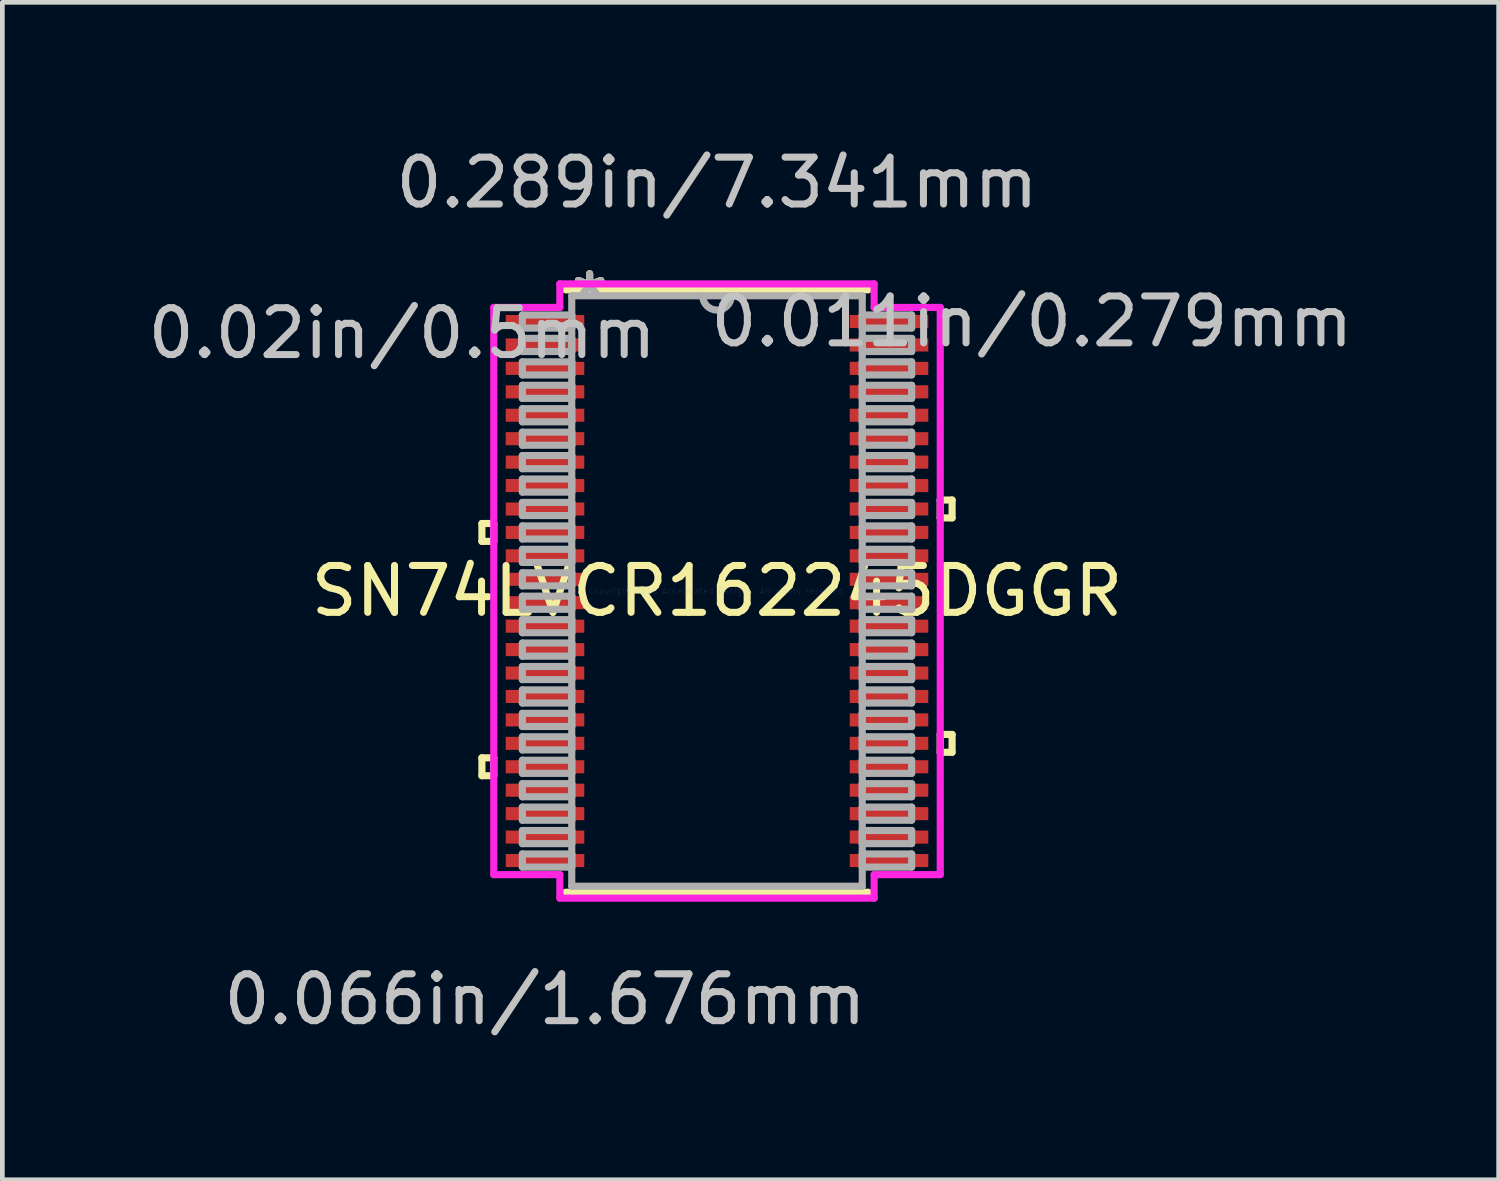
<source format=kicad_pcb>
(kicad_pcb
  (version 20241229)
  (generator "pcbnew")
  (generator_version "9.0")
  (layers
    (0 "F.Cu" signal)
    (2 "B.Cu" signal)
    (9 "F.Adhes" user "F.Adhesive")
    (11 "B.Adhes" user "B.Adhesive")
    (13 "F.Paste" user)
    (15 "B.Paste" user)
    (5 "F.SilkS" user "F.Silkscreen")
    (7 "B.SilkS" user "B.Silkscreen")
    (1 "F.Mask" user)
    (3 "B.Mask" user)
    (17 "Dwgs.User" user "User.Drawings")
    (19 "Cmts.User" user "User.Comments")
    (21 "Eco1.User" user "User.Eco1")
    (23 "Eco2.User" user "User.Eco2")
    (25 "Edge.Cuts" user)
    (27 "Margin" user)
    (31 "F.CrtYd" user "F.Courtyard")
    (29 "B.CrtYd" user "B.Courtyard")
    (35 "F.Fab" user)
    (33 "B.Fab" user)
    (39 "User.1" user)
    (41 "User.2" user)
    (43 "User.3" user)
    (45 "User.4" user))
  (footprint "SN74LVCR162245DGGR"
    (layer "F.Cu")
    (at 12.248 9.56)
    (property "Reference" "SN74LVCR162245DGGR" (at 0 0 0) (layer "F.SilkS") (effects (font (size 1 1) (thickness 0.15))))
    (attr through_hole)
    (fp_line (start -5.016 -1.44) (end -5.016 -1.06) (stroke (width 0.152) (type solid)) (layer "F.SilkS"))
    (fp_line (start -5.016 -1.06) (end -4.763 -1.06) (stroke (width 0.152) (type solid)) (layer "F.SilkS"))
    (fp_line (start -5.016 3.559) (end -5.016 3.941) (stroke (width 0.152) (type solid)) (layer "F.SilkS"))
    (fp_line (start -5.016 3.941) (end -4.763 3.941) (stroke (width 0.152) (type solid)) (layer "F.SilkS"))
    (fp_line (start -4.763 -1.44) (end -5.016 -1.44) (stroke (width 0.152) (type solid)) (layer "F.SilkS"))
    (fp_line (start -4.763 -1.06) (end -4.763 -1.44) (stroke (width 0.152) (type solid)) (layer "F.SilkS"))
    (fp_line (start -4.763 3.559) (end -5.016 3.559) (stroke (width 0.152) (type solid)) (layer "F.SilkS"))
    (fp_line (start -4.763 3.941) (end -4.763 3.559) (stroke (width 0.152) (type solid)) (layer "F.SilkS"))
    (fp_line (start -3.226 6.426) (end 3.226 6.426) (stroke (width 0.152) (type solid)) (layer "F.SilkS"))
    (fp_line (start 3.226 -6.426) (end -3.226 -6.426) (stroke (width 0.152) (type solid)) (layer "F.SilkS"))
    (fp_line (start 4.763 -1.941) (end 5.016 -1.941) (stroke (width 0.152) (type solid)) (layer "F.SilkS"))
    (fp_line (start 4.763 -1.56) (end 4.763 -1.941) (stroke (width 0.152) (type solid)) (layer "F.SilkS"))
    (fp_line (start 4.763 3.06) (end 5.016 3.06) (stroke (width 0.152) (type solid)) (layer "F.SilkS"))
    (fp_line (start 4.763 3.441) (end 4.763 3.06) (stroke (width 0.152) (type solid)) (layer "F.SilkS"))
    (fp_line (start 5.016 -1.941) (end 5.016 -1.56) (stroke (width 0.152) (type solid)) (layer "F.SilkS"))
    (fp_line (start 5.016 -1.56) (end 4.763 -1.56) (stroke (width 0.152) (type solid)) (layer "F.SilkS"))
    (fp_line (start 5.016 3.06) (end 5.016 3.441) (stroke (width 0.152) (type solid)) (layer "F.SilkS"))
    (fp_line (start 5.016 3.441) (end 4.763 3.441) (stroke (width 0.152) (type solid)) (layer "F.SilkS"))
    (fp_line (start -4.763 -6.051) (end -3.353 -6.051) (stroke (width 0.152) (type solid)) (layer "F.CrtYd"))
    (fp_line (start -4.763 6.051) (end -4.763 -6.051) (stroke (width 0.152) (type solid)) (layer "F.CrtYd"))
    (fp_line (start -3.353 -6.553) (end 3.353 -6.553) (stroke (width 0.152) (type solid)) (layer "F.CrtYd"))
    (fp_line (start -3.353 -6.051) (end -3.353 -6.553) (stroke (width 0.152) (type solid)) (layer "F.CrtYd"))
    (fp_line (start -3.353 6.051) (end -4.763 6.051) (stroke (width 0.152) (type solid)) (layer "F.CrtYd"))
    (fp_line (start -3.353 6.553) (end -3.353 6.051) (stroke (width 0.152) (type solid)) (layer "F.CrtYd"))
    (fp_line (start 3.353 -6.553) (end 3.353 -6.051) (stroke (width 0.152) (type solid)) (layer "F.CrtYd"))
    (fp_line (start 3.353 -6.051) (end 4.763 -6.051) (stroke (width 0.152) (type solid)) (layer "F.CrtYd"))
    (fp_line (start 3.353 6.051) (end 3.353 6.553) (stroke (width 0.152) (type solid)) (layer "F.CrtYd"))
    (fp_line (start 3.353 6.553) (end -3.353 6.553) (stroke (width 0.152) (type solid)) (layer "F.CrtYd"))
    (fp_line (start 4.763 -6.051) (end 4.763 6.051) (stroke (width 0.152) (type solid)) (layer "F.CrtYd"))
    (fp_line (start 4.763 6.051) (end 3.353 6.051) (stroke (width 0.152) (type solid)) (layer "F.CrtYd"))
    (fp_line (start -4.153 -5.89) (end -4.153 -5.61) (stroke (width 0.152) (type solid)) (layer "F.Fab"))
    (fp_line (start -4.153 -5.61) (end -3.099 -5.61) (stroke (width 0.152) (type solid)) (layer "F.Fab"))
    (fp_line (start -4.153 -5.39) (end -4.153 -5.11) (stroke (width 0.152) (type solid)) (layer "F.Fab"))
    (fp_line (start -4.153 -5.11) (end -3.099 -5.11) (stroke (width 0.152) (type solid)) (layer "F.Fab"))
    (fp_line (start -4.153 -4.89) (end -4.153 -4.61) (stroke (width 0.152) (type solid)) (layer "F.Fab"))
    (fp_line (start -4.153 -4.61) (end -3.099 -4.61) (stroke (width 0.152) (type solid)) (layer "F.Fab"))
    (fp_line (start -4.153 -4.39) (end -4.153 -4.11) (stroke (width 0.152) (type solid)) (layer "F.Fab"))
    (fp_line (start -4.153 -4.11) (end -3.099 -4.11) (stroke (width 0.152) (type solid)) (layer "F.Fab"))
    (fp_line (start -4.153 -3.89) (end -4.153 -3.61) (stroke (width 0.152) (type solid)) (layer "F.Fab"))
    (fp_line (start -4.153 -3.61) (end -3.099 -3.61) (stroke (width 0.152) (type solid)) (layer "F.Fab"))
    (fp_line (start -4.153 -3.39) (end -4.153 -3.11) (stroke (width 0.152) (type solid)) (layer "F.Fab"))
    (fp_line (start -4.153 -3.11) (end -3.099 -3.11) (stroke (width 0.152) (type solid)) (layer "F.Fab"))
    (fp_line (start -4.153 -2.89) (end -4.153 -2.61) (stroke (width 0.152) (type solid)) (layer "F.Fab"))
    (fp_line (start -4.153 -2.61) (end -3.099 -2.61) (stroke (width 0.152) (type solid)) (layer "F.Fab"))
    (fp_line (start -4.153 -2.39) (end -4.153 -2.11) (stroke (width 0.152) (type solid)) (layer "F.Fab"))
    (fp_line (start -4.153 -2.11) (end -3.099 -2.11) (stroke (width 0.152) (type solid)) (layer "F.Fab"))
    (fp_line (start -4.153 -1.89) (end -4.153 -1.61) (stroke (width 0.152) (type solid)) (layer "F.Fab"))
    (fp_line (start -4.153 -1.61) (end -3.099 -1.61) (stroke (width 0.152) (type solid)) (layer "F.Fab"))
    (fp_line (start -4.153 -1.39) (end -4.153 -1.11) (stroke (width 0.152) (type solid)) (layer "F.Fab"))
    (fp_line (start -4.153 -1.11) (end -3.099 -1.11) (stroke (width 0.152) (type solid)) (layer "F.Fab"))
    (fp_line (start -4.153 -0.89) (end -4.153 -0.61) (stroke (width 0.152) (type solid)) (layer "F.Fab"))
    (fp_line (start -4.153 -0.61) (end -3.099 -0.61) (stroke (width 0.152) (type solid)) (layer "F.Fab"))
    (fp_line (start -4.153 -0.39) (end -4.153 -0.11) (stroke (width 0.152) (type solid)) (layer "F.Fab"))
    (fp_line (start -4.153 -0.11) (end -3.099 -0.11) (stroke (width 0.152) (type solid)) (layer "F.Fab"))
    (fp_line (start -4.153 0.11) (end -4.153 0.39) (stroke (width 0.152) (type solid)) (layer "F.Fab"))
    (fp_line (start -4.153 0.39) (end -3.099 0.39) (stroke (width 0.152) (type solid)) (layer "F.Fab"))
    (fp_line (start -4.153 0.61) (end -4.153 0.89) (stroke (width 0.152) (type solid)) (layer "F.Fab"))
    (fp_line (start -4.153 0.89) (end -3.099 0.89) (stroke (width 0.152) (type solid)) (layer "F.Fab"))
    (fp_line (start -4.153 1.11) (end -4.153 1.39) (stroke (width 0.152) (type solid)) (layer "F.Fab"))
    (fp_line (start -4.153 1.39) (end -3.099 1.39) (stroke (width 0.152) (type solid)) (layer "F.Fab"))
    (fp_line (start -4.153 1.61) (end -4.153 1.89) (stroke (width 0.152) (type solid)) (layer "F.Fab"))
    (fp_line (start -4.153 1.89) (end -3.099 1.89) (stroke (width 0.152) (type solid)) (layer "F.Fab"))
    (fp_line (start -4.153 2.11) (end -4.153 2.39) (stroke (width 0.152) (type solid)) (layer "F.Fab"))
    (fp_line (start -4.153 2.39) (end -3.099 2.39) (stroke (width 0.152) (type solid)) (layer "F.Fab"))
    (fp_line (start -4.153 2.61) (end -4.153 2.89) (stroke (width 0.152) (type solid)) (layer "F.Fab"))
    (fp_line (start -4.153 2.89) (end -3.099 2.89) (stroke (width 0.152) (type solid)) (layer "F.Fab"))
    (fp_line (start -4.153 3.11) (end -4.153 3.39) (stroke (width 0.152) (type solid)) (layer "F.Fab"))
    (fp_line (start -4.153 3.39) (end -3.099 3.39) (stroke (width 0.152) (type solid)) (layer "F.Fab"))
    (fp_line (start -4.153 3.61) (end -4.153 3.89) (stroke (width 0.152) (type solid)) (layer "F.Fab"))
    (fp_line (start -4.153 3.89) (end -3.099 3.89) (stroke (width 0.152) (type solid)) (layer "F.Fab"))
    (fp_line (start -4.153 4.11) (end -4.153 4.39) (stroke (width 0.152) (type solid)) (layer "F.Fab"))
    (fp_line (start -4.153 4.39) (end -3.099 4.39) (stroke (width 0.152) (type solid)) (layer "F.Fab"))
    (fp_line (start -4.153 4.61) (end -4.153 4.89) (stroke (width 0.152) (type solid)) (layer "F.Fab"))
    (fp_line (start -4.153 4.89) (end -3.099 4.89) (stroke (width 0.152) (type solid)) (layer "F.Fab"))
    (fp_line (start -4.153 5.11) (end -4.153 5.39) (stroke (width 0.152) (type solid)) (layer "F.Fab"))
    (fp_line (start -4.153 5.39) (end -3.099 5.39) (stroke (width 0.152) (type solid)) (layer "F.Fab"))
    (fp_line (start -4.153 5.61) (end -4.153 5.89) (stroke (width 0.152) (type solid)) (layer "F.Fab"))
    (fp_line (start -4.153 5.89) (end -3.099 5.89) (stroke (width 0.152) (type solid)) (layer "F.Fab"))
    (fp_line (start -3.099 -6.299) (end -3.099 6.299) (stroke (width 0.152) (type solid)) (layer "F.Fab"))
    (fp_line (start -3.099 -5.89) (end -4.153 -5.89) (stroke (width 0.152) (type solid)) (layer "F.Fab"))
    (fp_line (start -3.099 -5.61) (end -3.099 -5.89) (stroke (width 0.152) (type solid)) (layer "F.Fab"))
    (fp_line (start -3.099 -5.39) (end -4.153 -5.39) (stroke (width 0.152) (type solid)) (layer "F.Fab"))
    (fp_line (start -3.099 -5.11) (end -3.099 -5.39) (stroke (width 0.152) (type solid)) (layer "F.Fab"))
    (fp_line (start -3.099 -4.89) (end -4.153 -4.89) (stroke (width 0.152) (type solid)) (layer "F.Fab"))
    (fp_line (start -3.099 -4.61) (end -3.099 -4.89) (stroke (width 0.152) (type solid)) (layer "F.Fab"))
    (fp_line (start -3.099 -4.39) (end -4.153 -4.39) (stroke (width 0.152) (type solid)) (layer "F.Fab"))
    (fp_line (start -3.099 -4.11) (end -3.099 -4.39) (stroke (width 0.152) (type solid)) (layer "F.Fab"))
    (fp_line (start -3.099 -3.89) (end -4.153 -3.89) (stroke (width 0.152) (type solid)) (layer "F.Fab"))
    (fp_line (start -3.099 -3.61) (end -3.099 -3.89) (stroke (width 0.152) (type solid)) (layer "F.Fab"))
    (fp_line (start -3.099 -3.39) (end -4.153 -3.39) (stroke (width 0.152) (type solid)) (layer "F.Fab"))
    (fp_line (start -3.099 -3.11) (end -3.099 -3.39) (stroke (width 0.152) (type solid)) (layer "F.Fab"))
    (fp_line (start -3.099 -2.89) (end -4.153 -2.89) (stroke (width 0.152) (type solid)) (layer "F.Fab"))
    (fp_line (start -3.099 -2.61) (end -3.099 -2.89) (stroke (width 0.152) (type solid)) (layer "F.Fab"))
    (fp_line (start -3.099 -2.39) (end -4.153 -2.39) (stroke (width 0.152) (type solid)) (layer "F.Fab"))
    (fp_line (start -3.099 -2.11) (end -3.099 -2.39) (stroke (width 0.152) (type solid)) (layer "F.Fab"))
    (fp_line (start -3.099 -1.89) (end -4.153 -1.89) (stroke (width 0.152) (type solid)) (layer "F.Fab"))
    (fp_line (start -3.099 -1.61) (end -3.099 -1.89) (stroke (width 0.152) (type solid)) (layer "F.Fab"))
    (fp_line (start -3.099 -1.39) (end -4.153 -1.39) (stroke (width 0.152) (type solid)) (layer "F.Fab"))
    (fp_line (start -3.099 -1.11) (end -3.099 -1.39) (stroke (width 0.152) (type solid)) (layer "F.Fab"))
    (fp_line (start -3.099 -0.89) (end -4.153 -0.89) (stroke (width 0.152) (type solid)) (layer "F.Fab"))
    (fp_line (start -3.099 -0.61) (end -3.099 -0.89) (stroke (width 0.152) (type solid)) (layer "F.Fab"))
    (fp_line (start -3.099 -0.39) (end -4.153 -0.39) (stroke (width 0.152) (type solid)) (layer "F.Fab"))
    (fp_line (start -3.099 -0.11) (end -3.099 -0.39) (stroke (width 0.152) (type solid)) (layer "F.Fab"))
    (fp_line (start -3.099 0.11) (end -4.153 0.11) (stroke (width 0.152) (type solid)) (layer "F.Fab"))
    (fp_line (start -3.099 0.39) (end -3.099 0.11) (stroke (width 0.152) (type solid)) (layer "F.Fab"))
    (fp_line (start -3.099 0.61) (end -4.153 0.61) (stroke (width 0.152) (type solid)) (layer "F.Fab"))
    (fp_line (start -3.099 0.89) (end -3.099 0.61) (stroke (width 0.152) (type solid)) (layer "F.Fab"))
    (fp_line (start -3.099 1.11) (end -4.153 1.11) (stroke (width 0.152) (type solid)) (layer "F.Fab"))
    (fp_line (start -3.099 1.39) (end -3.099 1.11) (stroke (width 0.152) (type solid)) (layer "F.Fab"))
    (fp_line (start -3.099 1.61) (end -4.153 1.61) (stroke (width 0.152) (type solid)) (layer "F.Fab"))
    (fp_line (start -3.099 1.89) (end -3.099 1.61) (stroke (width 0.152) (type solid)) (layer "F.Fab"))
    (fp_line (start -3.099 2.11) (end -4.153 2.11) (stroke (width 0.152) (type solid)) (layer "F.Fab"))
    (fp_line (start -3.099 2.39) (end -3.099 2.11) (stroke (width 0.152) (type solid)) (layer "F.Fab"))
    (fp_line (start -3.099 2.61) (end -4.153 2.61) (stroke (width 0.152) (type solid)) (layer "F.Fab"))
    (fp_line (start -3.099 2.89) (end -3.099 2.61) (stroke (width 0.152) (type solid)) (layer "F.Fab"))
    (fp_line (start -3.099 3.11) (end -4.153 3.11) (stroke (width 0.152) (type solid)) (layer "F.Fab"))
    (fp_line (start -3.099 3.39) (end -3.099 3.11) (stroke (width 0.152) (type solid)) (layer "F.Fab"))
    (fp_line (start -3.099 3.61) (end -4.153 3.61) (stroke (width 0.152) (type solid)) (layer "F.Fab"))
    (fp_line (start -3.099 3.89) (end -3.099 3.61) (stroke (width 0.152) (type solid)) (layer "F.Fab"))
    (fp_line (start -3.099 4.11) (end -4.153 4.11) (stroke (width 0.152) (type solid)) (layer "F.Fab"))
    (fp_line (start -3.099 4.39) (end -3.099 4.11) (stroke (width 0.152) (type solid)) (layer "F.Fab"))
    (fp_line (start -3.099 4.61) (end -4.153 4.61) (stroke (width 0.152) (type solid)) (layer "F.Fab"))
    (fp_line (start -3.099 4.89) (end -3.099 4.61) (stroke (width 0.152) (type solid)) (layer "F.Fab"))
    (fp_line (start -3.099 5.11) (end -4.153 5.11) (stroke (width 0.152) (type solid)) (layer "F.Fab"))
    (fp_line (start -3.099 5.39) (end -3.099 5.11) (stroke (width 0.152) (type solid)) (layer "F.Fab"))
    (fp_line (start -3.099 5.61) (end -4.153 5.61) (stroke (width 0.152) (type solid)) (layer "F.Fab"))
    (fp_line (start -3.099 5.89) (end -3.099 5.61) (stroke (width 0.152) (type solid)) (layer "F.Fab"))
    (fp_line (start -3.099 6.299) (end 3.099 6.299) (stroke (width 0.152) (type solid)) (layer "F.Fab"))
    (fp_line (start 3.099 -6.299) (end -3.099 -6.299) (stroke (width 0.152) (type solid)) (layer "F.Fab"))
    (fp_line (start 3.099 -5.89) (end 3.099 -5.61) (stroke (width 0.152) (type solid)) (layer "F.Fab"))
    (fp_line (start 3.099 -5.61) (end 4.153 -5.61) (stroke (width 0.152) (type solid)) (layer "F.Fab"))
    (fp_line (start 3.099 -5.39) (end 3.099 -5.11) (stroke (width 0.152) (type solid)) (layer "F.Fab"))
    (fp_line (start 3.099 -5.11) (end 4.153 -5.11) (stroke (width 0.152) (type solid)) (layer "F.Fab"))
    (fp_line (start 3.099 -4.89) (end 3.099 -4.61) (stroke (width 0.152) (type solid)) (layer "F.Fab"))
    (fp_line (start 3.099 -4.61) (end 4.153 -4.61) (stroke (width 0.152) (type solid)) (layer "F.Fab"))
    (fp_line (start 3.099 -4.39) (end 3.099 -4.11) (stroke (width 0.152) (type solid)) (layer "F.Fab"))
    (fp_line (start 3.099 -4.11) (end 4.153 -4.11) (stroke (width 0.152) (type solid)) (layer "F.Fab"))
    (fp_line (start 3.099 -3.89) (end 3.099 -3.61) (stroke (width 0.152) (type solid)) (layer "F.Fab"))
    (fp_line (start 3.099 -3.61) (end 4.153 -3.61) (stroke (width 0.152) (type solid)) (layer "F.Fab"))
    (fp_line (start 3.099 -3.39) (end 3.099 -3.11) (stroke (width 0.152) (type solid)) (layer "F.Fab"))
    (fp_line (start 3.099 -3.11) (end 4.153 -3.11) (stroke (width 0.152) (type solid)) (layer "F.Fab"))
    (fp_line (start 3.099 -2.89) (end 3.099 -2.61) (stroke (width 0.152) (type solid)) (layer "F.Fab"))
    (fp_line (start 3.099 -2.61) (end 4.153 -2.61) (stroke (width 0.152) (type solid)) (layer "F.Fab"))
    (fp_line (start 3.099 -2.39) (end 3.099 -2.11) (stroke (width 0.152) (type solid)) (layer "F.Fab"))
    (fp_line (start 3.099 -2.11) (end 4.153 -2.11) (stroke (width 0.152) (type solid)) (layer "F.Fab"))
    (fp_line (start 3.099 -1.89) (end 3.099 -1.61) (stroke (width 0.152) (type solid)) (layer "F.Fab"))
    (fp_line (start 3.099 -1.61) (end 4.153 -1.61) (stroke (width 0.152) (type solid)) (layer "F.Fab"))
    (fp_line (start 3.099 -1.39) (end 3.099 -1.11) (stroke (width 0.152) (type solid)) (layer "F.Fab"))
    (fp_line (start 3.099 -1.11) (end 4.153 -1.11) (stroke (width 0.152) (type solid)) (layer "F.Fab"))
    (fp_line (start 3.099 -0.89) (end 3.099 -0.61) (stroke (width 0.152) (type solid)) (layer "F.Fab"))
    (fp_line (start 3.099 -0.61) (end 4.153 -0.61) (stroke (width 0.152) (type solid)) (layer "F.Fab"))
    (fp_line (start 3.099 -0.39) (end 3.099 -0.11) (stroke (width 0.152) (type solid)) (layer "F.Fab"))
    (fp_line (start 3.099 -0.11) (end 4.153 -0.11) (stroke (width 0.152) (type solid)) (layer "F.Fab"))
    (fp_line (start 3.099 0.11) (end 3.099 0.39) (stroke (width 0.152) (type solid)) (layer "F.Fab"))
    (fp_line (start 3.099 0.39) (end 4.153 0.39) (stroke (width 0.152) (type solid)) (layer "F.Fab"))
    (fp_line (start 3.099 0.61) (end 3.099 0.89) (stroke (width 0.152) (type solid)) (layer "F.Fab"))
    (fp_line (start 3.099 0.89) (end 4.153 0.89) (stroke (width 0.152) (type solid)) (layer "F.Fab"))
    (fp_line (start 3.099 1.11) (end 3.099 1.39) (stroke (width 0.152) (type solid)) (layer "F.Fab"))
    (fp_line (start 3.099 1.39) (end 4.153 1.39) (stroke (width 0.152) (type solid)) (layer "F.Fab"))
    (fp_line (start 3.099 1.61) (end 3.099 1.89) (stroke (width 0.152) (type solid)) (layer "F.Fab"))
    (fp_line (start 3.099 1.89) (end 4.153 1.89) (stroke (width 0.152) (type solid)) (layer "F.Fab"))
    (fp_line (start 3.099 2.11) (end 3.099 2.39) (stroke (width 0.152) (type solid)) (layer "F.Fab"))
    (fp_line (start 3.099 2.39) (end 4.153 2.39) (stroke (width 0.152) (type solid)) (layer "F.Fab"))
    (fp_line (start 3.099 2.61) (end 3.099 2.89) (stroke (width 0.152) (type solid)) (layer "F.Fab"))
    (fp_line (start 3.099 2.89) (end 4.153 2.89) (stroke (width 0.152) (type solid)) (layer "F.Fab"))
    (fp_line (start 3.099 3.11) (end 3.099 3.39) (stroke (width 0.152) (type solid)) (layer "F.Fab"))
    (fp_line (start 3.099 3.39) (end 4.153 3.39) (stroke (width 0.152) (type solid)) (layer "F.Fab"))
    (fp_line (start 3.099 3.61) (end 3.099 3.89) (stroke (width 0.152) (type solid)) (layer "F.Fab"))
    (fp_line (start 3.099 3.89) (end 4.153 3.89) (stroke (width 0.152) (type solid)) (layer "F.Fab"))
    (fp_line (start 3.099 4.11) (end 3.099 4.39) (stroke (width 0.152) (type solid)) (layer "F.Fab"))
    (fp_line (start 3.099 4.39) (end 4.153 4.39) (stroke (width 0.152) (type solid)) (layer "F.Fab"))
    (fp_line (start 3.099 4.61) (end 3.099 4.89) (stroke (width 0.152) (type solid)) (layer "F.Fab"))
    (fp_line (start 3.099 4.89) (end 4.153 4.89) (stroke (width 0.152) (type solid)) (layer "F.Fab"))
    (fp_line (start 3.099 5.11) (end 3.099 5.39) (stroke (width 0.152) (type solid)) (layer "F.Fab"))
    (fp_line (start 3.099 5.39) (end 4.153 5.39) (stroke (width 0.152) (type solid)) (layer "F.Fab"))
    (fp_line (start 3.099 5.61) (end 3.099 5.89) (stroke (width 0.152) (type solid)) (layer "F.Fab"))
    (fp_line (start 3.099 5.89) (end 4.153 5.89) (stroke (width 0.152) (type solid)) (layer "F.Fab"))
    (fp_line (start 3.099 6.299) (end 3.099 -6.299) (stroke (width 0.152) (type solid)) (layer "F.Fab"))
    (fp_line (start 4.153 -5.89) (end 3.099 -5.89) (stroke (width 0.152) (type solid)) (layer "F.Fab"))
    (fp_line (start 4.153 -5.61) (end 4.153 -5.89) (stroke (width 0.152) (type solid)) (layer "F.Fab"))
    (fp_line (start 4.153 -5.39) (end 3.099 -5.39) (stroke (width 0.152) (type solid)) (layer "F.Fab"))
    (fp_line (start 4.153 -5.11) (end 4.153 -5.39) (stroke (width 0.152) (type solid)) (layer "F.Fab"))
    (fp_line (start 4.153 -4.89) (end 3.099 -4.89) (stroke (width 0.152) (type solid)) (layer "F.Fab"))
    (fp_line (start 4.153 -4.61) (end 4.153 -4.89) (stroke (width 0.152) (type solid)) (layer "F.Fab"))
    (fp_line (start 4.153 -4.39) (end 3.099 -4.39) (stroke (width 0.152) (type solid)) (layer "F.Fab"))
    (fp_line (start 4.153 -4.11) (end 4.153 -4.39) (stroke (width 0.152) (type solid)) (layer "F.Fab"))
    (fp_line (start 4.153 -3.89) (end 3.099 -3.89) (stroke (width 0.152) (type solid)) (layer "F.Fab"))
    (fp_line (start 4.153 -3.61) (end 4.153 -3.89) (stroke (width 0.152) (type solid)) (layer "F.Fab"))
    (fp_line (start 4.153 -3.39) (end 3.099 -3.39) (stroke (width 0.152) (type solid)) (layer "F.Fab"))
    (fp_line (start 4.153 -3.11) (end 4.153 -3.39) (stroke (width 0.152) (type solid)) (layer "F.Fab"))
    (fp_line (start 4.153 -2.89) (end 3.099 -2.89) (stroke (width 0.152) (type solid)) (layer "F.Fab"))
    (fp_line (start 4.153 -2.61) (end 4.153 -2.89) (stroke (width 0.152) (type solid)) (layer "F.Fab"))
    (fp_line (start 4.153 -2.39) (end 3.099 -2.39) (stroke (width 0.152) (type solid)) (layer "F.Fab"))
    (fp_line (start 4.153 -2.11) (end 4.153 -2.39) (stroke (width 0.152) (type solid)) (layer "F.Fab"))
    (fp_line (start 4.153 -1.89) (end 3.099 -1.89) (stroke (width 0.152) (type solid)) (layer "F.Fab"))
    (fp_line (start 4.153 -1.61) (end 4.153 -1.89) (stroke (width 0.152) (type solid)) (layer "F.Fab"))
    (fp_line (start 4.153 -1.39) (end 3.099 -1.39) (stroke (width 0.152) (type solid)) (layer "F.Fab"))
    (fp_line (start 4.153 -1.11) (end 4.153 -1.39) (stroke (width 0.152) (type solid)) (layer "F.Fab"))
    (fp_line (start 4.153 -0.89) (end 3.099 -0.89) (stroke (width 0.152) (type solid)) (layer "F.Fab"))
    (fp_line (start 4.153 -0.61) (end 4.153 -0.89) (stroke (width 0.152) (type solid)) (layer "F.Fab"))
    (fp_line (start 4.153 -0.39) (end 3.099 -0.39) (stroke (width 0.152) (type solid)) (layer "F.Fab"))
    (fp_line (start 4.153 -0.11) (end 4.153 -0.39) (stroke (width 0.152) (type solid)) (layer "F.Fab"))
    (fp_line (start 4.153 0.11) (end 3.099 0.11) (stroke (width 0.152) (type solid)) (layer "F.Fab"))
    (fp_line (start 4.153 0.39) (end 4.153 0.11) (stroke (width 0.152) (type solid)) (layer "F.Fab"))
    (fp_line (start 4.153 0.61) (end 3.099 0.61) (stroke (width 0.152) (type solid)) (layer "F.Fab"))
    (fp_line (start 4.153 0.89) (end 4.153 0.61) (stroke (width 0.152) (type solid)) (layer "F.Fab"))
    (fp_line (start 4.153 1.11) (end 3.099 1.11) (stroke (width 0.152) (type solid)) (layer "F.Fab"))
    (fp_line (start 4.153 1.39) (end 4.153 1.11) (stroke (width 0.152) (type solid)) (layer "F.Fab"))
    (fp_line (start 4.153 1.61) (end 3.099 1.61) (stroke (width 0.152) (type solid)) (layer "F.Fab"))
    (fp_line (start 4.153 1.89) (end 4.153 1.61) (stroke (width 0.152) (type solid)) (layer "F.Fab"))
    (fp_line (start 4.153 2.11) (end 3.099 2.11) (stroke (width 0.152) (type solid)) (layer "F.Fab"))
    (fp_line (start 4.153 2.39) (end 4.153 2.11) (stroke (width 0.152) (type solid)) (layer "F.Fab"))
    (fp_line (start 4.153 2.61) (end 3.099 2.61) (stroke (width 0.152) (type solid)) (layer "F.Fab"))
    (fp_line (start 4.153 2.89) (end 4.153 2.61) (stroke (width 0.152) (type solid)) (layer "F.Fab"))
    (fp_line (start 4.153 3.11) (end 3.099 3.11) (stroke (width 0.152) (type solid)) (layer "F.Fab"))
    (fp_line (start 4.153 3.39) (end 4.153 3.11) (stroke (width 0.152) (type solid)) (layer "F.Fab"))
    (fp_line (start 4.153 3.61) (end 3.099 3.61) (stroke (width 0.152) (type solid)) (layer "F.Fab"))
    (fp_line (start 4.153 3.89) (end 4.153 3.61) (stroke (width 0.152) (type solid)) (layer "F.Fab"))
    (fp_line (start 4.153 4.11) (end 3.099 4.11) (stroke (width 0.152) (type solid)) (layer "F.Fab"))
    (fp_line (start 4.153 4.39) (end 4.153 4.11) (stroke (width 0.152) (type solid)) (layer "F.Fab"))
    (fp_line (start 4.153 4.61) (end 3.099 4.61) (stroke (width 0.152) (type solid)) (layer "F.Fab"))
    (fp_line (start 4.153 4.89) (end 4.153 4.61) (stroke (width 0.152) (type solid)) (layer "F.Fab"))
    (fp_line (start 4.153 5.11) (end 3.099 5.11) (stroke (width 0.152) (type solid)) (layer "F.Fab"))
    (fp_line (start 4.153 5.39) (end 4.153 5.11) (stroke (width 0.152) (type solid)) (layer "F.Fab"))
    (fp_line (start 4.153 5.61) (end 3.099 5.61) (stroke (width 0.152) (type solid)) (layer "F.Fab"))
    (fp_line (start 4.153 5.89) (end 4.153 5.61) (stroke (width 0.152) (type solid)) (layer "F.Fab"))
    (fp_arc (start 0.3048 -6.2992) (mid 0 -5.9944) (end -0.3048 -6.2992) (stroke (width 0.1524) (type solid)) (layer "F.Fab"))
    (fp_text user "*" (at -2.718 -6.223 0) (layer "F.SilkS") (effects (font (size 1 1) (thickness 0.15))))
    (fp_text user "*" (at -2.718 -6.223 0) (layer "F.SilkS") (effects (font (size 1 1) (thickness 0.15))))
    (fp_text user "0.066in/1.676mm" (at -3.67 8.712 0) (layer "Dwgs.User") (effects (font (size 1 1) (thickness 0.15))))
    (fp_text user "0.289in/7.341mm" (at 0 -8.712 0) (layer "Dwgs.User") (effects (font (size 1 1) (thickness 0.15))))
    (fp_text user "0.02in/0.5mm" (at -6.718 -5.5 0) (layer "Dwgs.User") (effects (font (size 1 1) (thickness 0.15))))
    (fp_text user "0.011in/0.279mm" (at 6.718 -5.75 0) (layer "Dwgs.User") (effects (font (size 1 1) (thickness 0.15))))
    (fp_text user "Copyright 2016 Accelerated Designs. All rights reserved." (at 0 0 0) (layer "Cmts.User") (effects (font (size 0.127 0.127) (thickness 0.002))))
    (fp_text user "*" (at -2.718 -6.223 0) (layer "F.Fab") (effects (font (size 1 1) (thickness 0.15))))
    (fp_text user "*" (at -2.718 -6.223 0) (layer "F.Fab") (effects (font (size 1 1) (thickness 0.15))))
    (pad "1" smd rect (at -3.67 -5.75) (size 1.676 0.279) (layers "F.Cu" "F.Mask" "F.Paste"))
    (pad "2" smd rect (at -3.67 -5.25) (size 1.676 0.279) (layers "F.Cu" "F.Mask" "F.Paste"))
    (pad "3" smd rect (at -3.67 -4.75) (size 1.676 0.279) (layers "F.Cu" "F.Mask" "F.Paste"))
    (pad "4" smd rect (at -3.67 -4.25) (size 1.676 0.279) (layers "F.Cu" "F.Mask" "F.Paste"))
    (pad "5" smd rect (at -3.67 -3.75) (size 1.676 0.279) (layers "F.Cu" "F.Mask" "F.Paste"))
    (pad "6" smd rect (at -3.67 -3.25) (size 1.676 0.279) (layers "F.Cu" "F.Mask" "F.Paste"))
    (pad "7" smd rect (at -3.67 -2.75) (size 1.676 0.279) (layers "F.Cu" "F.Mask" "F.Paste"))
    (pad "8" smd rect (at -3.67 -2.25) (size 1.676 0.279) (layers "F.Cu" "F.Mask" "F.Paste"))
    (pad "9" smd rect (at -3.67 -1.75) (size 1.676 0.279) (layers "F.Cu" "F.Mask" "F.Paste"))
    (pad "10" smd rect (at -3.67 -1.25) (size 1.676 0.279) (layers "F.Cu" "F.Mask" "F.Paste"))
    (pad "11" smd rect (at -3.67 -0.75) (size 1.676 0.279) (layers "F.Cu" "F.Mask" "F.Paste"))
    (pad "12" smd rect (at -3.67 -0.25) (size 1.676 0.279) (layers "F.Cu" "F.Mask" "F.Paste"))
    (pad "13" smd rect (at -3.67 0.25) (size 1.676 0.279) (layers "F.Cu" "F.Mask" "F.Paste"))
    (pad "14" smd rect (at -3.67 0.75) (size 1.676 0.279) (layers "F.Cu" "F.Mask" "F.Paste"))
    (pad "15" smd rect (at -3.67 1.25) (size 1.676 0.279) (layers "F.Cu" "F.Mask" "F.Paste"))
    (pad "16" smd rect (at -3.67 1.75) (size 1.676 0.279) (layers "F.Cu" "F.Mask" "F.Paste"))
    (pad "17" smd rect (at -3.67 2.25) (size 1.676 0.279) (layers "F.Cu" "F.Mask" "F.Paste"))
    (pad "18" smd rect (at -3.67 2.75) (size 1.676 0.279) (layers "F.Cu" "F.Mask" "F.Paste"))
    (pad "19" smd rect (at -3.67 3.25) (size 1.676 0.279) (layers "F.Cu" "F.Mask" "F.Paste"))
    (pad "20" smd rect (at -3.67 3.75) (size 1.676 0.279) (layers "F.Cu" "F.Mask" "F.Paste"))
    (pad "21" smd rect (at -3.67 4.25) (size 1.676 0.279) (layers "F.Cu" "F.Mask" "F.Paste"))
    (pad "22" smd rect (at -3.67 4.75) (size 1.676 0.279) (layers "F.Cu" "F.Mask" "F.Paste"))
    (pad "23" smd rect (at -3.67 5.25) (size 1.676 0.279) (layers "F.Cu" "F.Mask" "F.Paste"))
    (pad "24" smd rect (at -3.67 5.75) (size 1.676 0.279) (layers "F.Cu" "F.Mask" "F.Paste"))
    (pad "25" smd rect (at 3.67 5.75) (size 1.676 0.279) (layers "F.Cu" "F.Mask" "F.Paste"))
    (pad "26" smd rect (at 3.67 5.25) (size 1.676 0.279) (layers "F.Cu" "F.Mask" "F.Paste"))
    (pad "27" smd rect (at 3.67 4.75) (size 1.676 0.279) (layers "F.Cu" "F.Mask" "F.Paste"))
    (pad "28" smd rect (at 3.67 4.25) (size 1.676 0.279) (layers "F.Cu" "F.Mask" "F.Paste"))
    (pad "29" smd rect (at 3.67 3.75) (size 1.676 0.279) (layers "F.Cu" "F.Mask" "F.Paste"))
    (pad "30" smd rect (at 3.67 3.25) (size 1.676 0.279) (layers "F.Cu" "F.Mask" "F.Paste"))
    (pad "31" smd rect (at 3.67 2.75) (size 1.676 0.279) (layers "F.Cu" "F.Mask" "F.Paste"))
    (pad "32" smd rect (at 3.67 2.25) (size 1.676 0.279) (layers "F.Cu" "F.Mask" "F.Paste"))
    (pad "33" smd rect (at 3.67 1.75) (size 1.676 0.279) (layers "F.Cu" "F.Mask" "F.Paste"))
    (pad "34" smd rect (at 3.67 1.25) (size 1.676 0.279) (layers "F.Cu" "F.Mask" "F.Paste"))
    (pad "35" smd rect (at 3.67 0.75) (size 1.676 0.279) (layers "F.Cu" "F.Mask" "F.Paste"))
    (pad "36" smd rect (at 3.67 0.25) (size 1.676 0.279) (layers "F.Cu" "F.Mask" "F.Paste"))
    (pad "37" smd rect (at 3.67 -0.25) (size 1.676 0.279) (layers "F.Cu" "F.Mask" "F.Paste"))
    (pad "38" smd rect (at 3.67 -0.75) (size 1.676 0.279) (layers "F.Cu" "F.Mask" "F.Paste"))
    (pad "39" smd rect (at 3.67 -1.25) (size 1.676 0.279) (layers "F.Cu" "F.Mask" "F.Paste"))
    (pad "40" smd rect (at 3.67 -1.75) (size 1.676 0.279) (layers "F.Cu" "F.Mask" "F.Paste"))
    (pad "41" smd rect (at 3.67 -2.25) (size 1.676 0.279) (layers "F.Cu" "F.Mask" "F.Paste"))
    (pad "42" smd rect (at 3.67 -2.75) (size 1.676 0.279) (layers "F.Cu" "F.Mask" "F.Paste"))
    (pad "43" smd rect (at 3.67 -3.25) (size 1.676 0.279) (layers "F.Cu" "F.Mask" "F.Paste"))
    (pad "44" smd rect (at 3.67 -3.75) (size 1.676 0.279) (layers "F.Cu" "F.Mask" "F.Paste"))
    (pad "45" smd rect (at 3.67 -4.25) (size 1.676 0.279) (layers "F.Cu" "F.Mask" "F.Paste"))
    (pad "46" smd rect (at 3.67 -4.75) (size 1.676 0.279) (layers "F.Cu" "F.Mask" "F.Paste"))
    (pad "47" smd rect (at 3.67 -5.25) (size 1.676 0.279) (layers "F.Cu" "F.Mask" "F.Paste"))
    (pad "48" smd rect (at 3.67 -5.75) (size 1.676 0.279) (layers "F.Cu" "F.Mask" "F.Paste")))
  (gr_rect
    (start -3 -3)
    (end 28.925 22.121)
    (stroke (width 0.1) (type default))
    (fill no)
    (layer "Edge.Cuts")))
</source>
